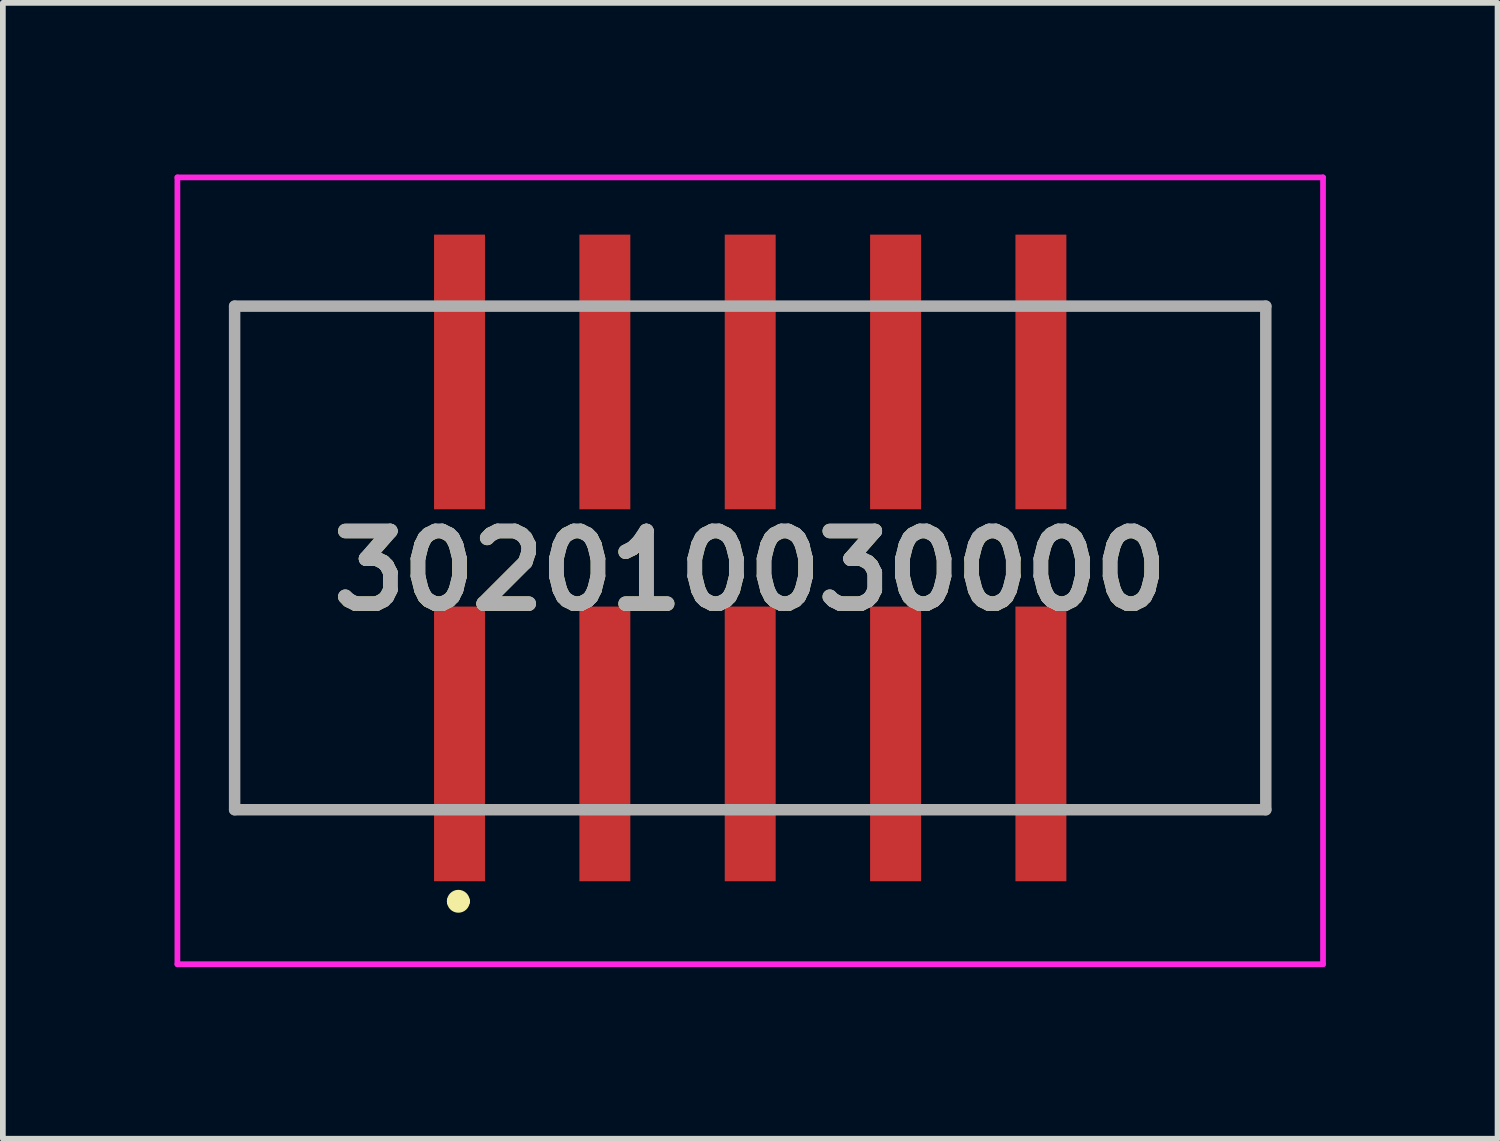
<source format=kicad_pcb>
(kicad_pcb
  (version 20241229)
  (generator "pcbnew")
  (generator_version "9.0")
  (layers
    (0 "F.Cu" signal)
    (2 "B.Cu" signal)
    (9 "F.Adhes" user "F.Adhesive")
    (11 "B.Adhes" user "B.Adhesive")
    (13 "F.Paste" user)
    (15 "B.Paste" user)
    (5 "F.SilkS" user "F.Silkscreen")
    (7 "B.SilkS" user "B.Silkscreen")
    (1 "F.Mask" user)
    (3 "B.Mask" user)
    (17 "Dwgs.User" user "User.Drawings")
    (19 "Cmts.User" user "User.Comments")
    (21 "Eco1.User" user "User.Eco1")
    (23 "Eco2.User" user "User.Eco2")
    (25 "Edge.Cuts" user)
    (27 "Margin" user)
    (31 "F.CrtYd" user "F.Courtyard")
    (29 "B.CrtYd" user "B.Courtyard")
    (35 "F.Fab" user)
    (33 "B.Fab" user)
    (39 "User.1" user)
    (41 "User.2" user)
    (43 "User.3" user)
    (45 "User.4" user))
  (footprint "302010030000"
    (layer "F.Cu")
    (at 10.06 6.925)
    (property "Reference" "302010030000" (at 0 0 0) (layer "F.SilkS") (effects (font (size 1.27 1.27) (thickness 0.254))))
    (attr smd)
    (fp_line (start -9.01 4.175) (end -6 4.175) (stroke (width 0.1) (type solid)) (layer "F.SilkS"))
    (fp_line (start -9 -4.625) (end -9.01 4.175) (stroke (width 0.1) (type solid)) (layer "F.SilkS"))
    (fp_line (start -6 -4.625) (end -9 -4.625) (stroke (width 0.1) (type solid)) (layer "F.SilkS"))
    (fp_line (start -5.2 5.775) (end -5.2 5.775) (stroke (width 0.2) (type solid)) (layer "F.SilkS"))
    (fp_line (start -5 5.775) (end -5 5.775) (stroke (width 0.2) (type solid)) (layer "F.SilkS"))
    (fp_line (start 6 -4.625) (end 9 -4.625) (stroke (width 0.1) (type solid)) (layer "F.SilkS"))
    (fp_line (start 9 -4.625) (end 9.01 4.175) (stroke (width 0.1) (type solid)) (layer "F.SilkS"))
    (fp_line (start 9.01 4.175) (end 6 4.175) (stroke (width 0.1) (type solid)) (layer "F.SilkS"))
    (fp_arc (start -5.2 5.775) (mid -5.1 5.675) (end -5 5.775) (stroke (width 0.2) (type solid)) (layer "F.SilkS"))
    (fp_arc (start -5 5.775) (mid -5.1 5.875) (end -5.2 5.775) (stroke (width 0.2) (type solid)) (layer "F.SilkS"))
    (fp_line (start -10.01 -6.875) (end 10.01 -6.875) (stroke (width 0.1) (type solid)) (layer "F.CrtYd"))
    (fp_line (start -10.01 6.875) (end -10.01 -6.875) (stroke (width 0.1) (type solid)) (layer "F.CrtYd"))
    (fp_line (start 10.01 -6.875) (end 10.01 6.875) (stroke (width 0.1) (type solid)) (layer "F.CrtYd"))
    (fp_line (start 10.01 6.875) (end -10.01 6.875) (stroke (width 0.1) (type solid)) (layer "F.CrtYd"))
    (fp_line (start -9.01 -4.625) (end 9.01 -4.625) (stroke (width 0.2) (type solid)) (layer "F.Fab"))
    (fp_line (start -9.01 4.175) (end -9.01 -4.625) (stroke (width 0.2) (type solid)) (layer "F.Fab"))
    (fp_line (start 9.01 -4.625) (end 9.01 4.175) (stroke (width 0.2) (type solid)) (layer "F.Fab"))
    (fp_line (start 9.01 4.175) (end -9.01 4.175) (stroke (width 0.2) (type solid)) (layer "F.Fab"))
    (fp_text user "${REFERENCE}" (at 0 0 0) (layer "F.Fab") (effects (font (size 1.27 1.27) (thickness 0.254))))
    (pad "1" smd rect (at -5.08 3.025) (size 0.89 4.8) (layers "F.Cu" "F.Mask" "F.Paste"))
    (pad "2" smd rect (at -5.08 -3.475) (size 0.89 4.8) (layers "F.Cu" "F.Mask" "F.Paste"))
    (pad "3" smd rect (at -2.54 3.025) (size 0.89 4.8) (layers "F.Cu" "F.Mask" "F.Paste"))
    (pad "4" smd rect (at -2.54 -3.475) (size 0.89 4.8) (layers "F.Cu" "F.Mask" "F.Paste"))
    (pad "5" smd rect (at 0 3.025) (size 0.89 4.8) (layers "F.Cu" "F.Mask" "F.Paste"))
    (pad "6" smd rect (at 0 -3.475) (size 0.89 4.8) (layers "F.Cu" "F.Mask" "F.Paste"))
    (pad "7" smd rect (at 2.54 3.025) (size 0.89 4.8) (layers "F.Cu" "F.Mask" "F.Paste"))
    (pad "8" smd rect (at 2.54 -3.475) (size 0.89 4.8) (layers "F.Cu" "F.Mask" "F.Paste"))
    (pad "9" smd rect (at 5.08 3.025) (size 0.89 4.8) (layers "F.Cu" "F.Mask" "F.Paste"))
    (pad "10" smd rect (at 5.08 -3.475) (size 0.89 4.8) (layers "F.Cu" "F.Mask" "F.Paste")))
  (gr_rect
    (start -3 -3)
    (end 23.12 16.85)
    (stroke (width 0.1) (type default))
    (fill no)
    (layer "Edge.Cuts")))
</source>
